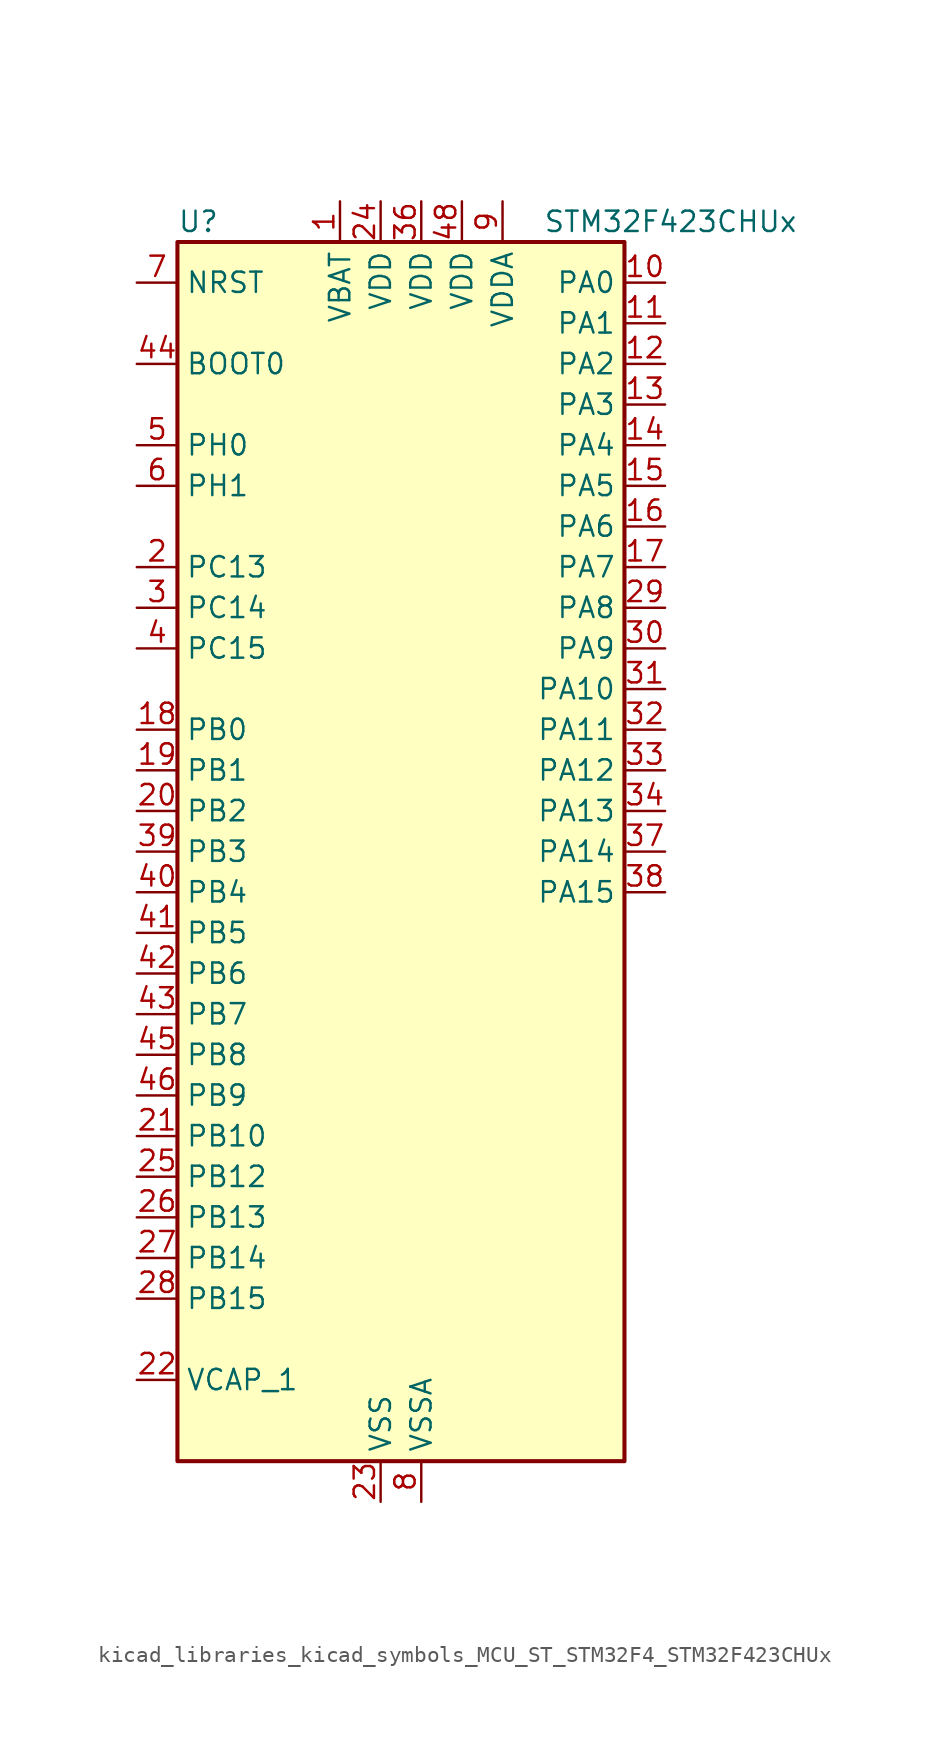
<source format=kicad_sym>
(kicad_symbol_lib
  (version 20220914)
  (generator kicad_symbol_editor)
  (symbol "kicad_libraries_kicad_symbols_MCU_ST_STM32F4_STM32F423CHUx"
    (property "Reference" "U"
      (at -12.7 39.37 0)
      (effects (font (size 1.27 1.27)) (justify left)))
    (property "Value" "STM32F423CHUx"
      (at 10.16 39.37 0)
      (effects (font (size 1.27 1.27)) (justify left)))
    (property "ki_locked" ""
      (at 0 0 0)
      (effects (font (size 1.27 1.27))))
    (symbol "kicad_libraries_kicad_symbols_MCU_ST_STM32F4_STM32F423CHUx_0_1"
      (rectangle (start -12.7 -38.1) (end 15.24 38.1) (stroke (width 0.254) (type default)) (fill (type background))))
    (symbol "kicad_libraries_kicad_symbols_MCU_ST_STM32F4_STM32F423CHUx_1_1"
      (pin power_in line (at -2.54 40.64 270) (length 2.54) (name "VBAT" (effects (font (size 1.27 1.27)))) (number "1" (effects (font (size 1.27 1.27)))))
      (pin bidirectional line (at 17.78 35.56 180) (length 2.54) (name "PA0" (effects (font (size 1.27 1.27)))) (number "10" (effects (font (size 1.27 1.27)))) (alternate "ADC1_IN0" bidirectional line) (alternate "SYS_WKUP1" bidirectional line) (alternate "TIM2_CH1" bidirectional line) (alternate "TIM2_ETR" bidirectional line) (alternate "TIM5_CH1" bidirectional line) (alternate "TIM8_ETR" bidirectional line) (alternate "UART4_TX" bidirectional line) (alternate "USART2_CTS" bidirectional line))
      (pin bidirectional line (at 17.78 33.02 180) (length 2.54) (name "PA1" (effects (font (size 1.27 1.27)))) (number "11" (effects (font (size 1.27 1.27)))) (alternate "ADC1_IN1" bidirectional line) (alternate "I2S4_SD" bidirectional line) (alternate "SPI4_MOSI" bidirectional line) (alternate "TIM2_CH2" bidirectional line) (alternate "TIM5_CH2" bidirectional line) (alternate "UART4_RX" bidirectional line) (alternate "USART2_RTS" bidirectional line))
      (pin bidirectional line (at 17.78 30.48 180) (length 2.54) (name "PA2" (effects (font (size 1.27 1.27)))) (number "12" (effects (font (size 1.27 1.27)))) (alternate "ADC1_IN2" bidirectional line) (alternate "I2S_CKIN" bidirectional line) (alternate "TIM2_CH3" bidirectional line) (alternate "TIM5_CH3" bidirectional line) (alternate "TIM9_CH1" bidirectional line) (alternate "USART2_TX" bidirectional line))
      (pin bidirectional line (at 17.78 27.94 180) (length 2.54) (name "PA3" (effects (font (size 1.27 1.27)))) (number "13" (effects (font (size 1.27 1.27)))) (alternate "ADC1_IN3" bidirectional line) (alternate "I2S2_MCK" bidirectional line) (alternate "SAI1_SD_B" bidirectional line) (alternate "TIM2_CH4" bidirectional line) (alternate "TIM5_CH4" bidirectional line) (alternate "TIM9_CH2" bidirectional line) (alternate "USART2_RX" bidirectional line))
      (pin bidirectional line (at 17.78 25.4 180) (length 2.54) (name "PA4" (effects (font (size 1.27 1.27)))) (number "14" (effects (font (size 1.27 1.27)))) (alternate "ADC1_IN4" bidirectional line) (alternate "DAC_OUT1" bidirectional line) (alternate "DFSDM1_DATIN1" bidirectional line) (alternate "I2S1_WS" bidirectional line) (alternate "I2S3_WS" bidirectional line) (alternate "SPI1_NSS" bidirectional line) (alternate "SPI3_NSS" bidirectional line) (alternate "USART2_CK" bidirectional line))
      (pin bidirectional line (at 17.78 22.86 180) (length 2.54) (name "PA5" (effects (font (size 1.27 1.27)))) (number "15" (effects (font (size 1.27 1.27)))) (alternate "ADC1_IN5" bidirectional line) (alternate "DAC_OUT2" bidirectional line) (alternate "DFSDM1_CKIN1" bidirectional line) (alternate "I2S1_CK" bidirectional line) (alternate "SPI1_SCK" bidirectional line) (alternate "TIM2_CH1" bidirectional line) (alternate "TIM2_ETR" bidirectional line) (alternate "TIM8_CH1N" bidirectional line))
      (pin bidirectional line (at 17.78 20.32 180) (length 2.54) (name "PA6" (effects (font (size 1.27 1.27)))) (number "16" (effects (font (size 1.27 1.27)))) (alternate "ADC1_IN6" bidirectional line) (alternate "DFSDM2_CKIN1" bidirectional line) (alternate "I2S2_MCK" bidirectional line) (alternate "SDIO_CMD" bidirectional line) (alternate "SPI1_MISO" bidirectional line) (alternate "TIM13_CH1" bidirectional line) (alternate "TIM1_BKIN" bidirectional line) (alternate "TIM3_CH1" bidirectional line) (alternate "TIM8_BKIN" bidirectional line))
      (pin bidirectional line (at 17.78 17.78 180) (length 2.54) (name "PA7" (effects (font (size 1.27 1.27)))) (number "17" (effects (font (size 1.27 1.27)))) (alternate "ADC1_IN7" bidirectional line) (alternate "DFSDM2_DATIN1" bidirectional line) (alternate "I2S1_SD" bidirectional line) (alternate "SPI1_MOSI" bidirectional line) (alternate "TIM14_CH1" bidirectional line) (alternate "TIM1_CH1N" bidirectional line) (alternate "TIM3_CH2" bidirectional line) (alternate "TIM8_CH1N" bidirectional line))
      (pin bidirectional line (at -15.24 7.62 0) (length 2.54) (name "PB0" (effects (font (size 1.27 1.27)))) (number "18" (effects (font (size 1.27 1.27)))) (alternate "ADC1_IN8" bidirectional line) (alternate "I2S5_CK" bidirectional line) (alternate "SPI5_SCK" bidirectional line) (alternate "TIM1_CH2N" bidirectional line) (alternate "TIM3_CH3" bidirectional line) (alternate "TIM8_CH2N" bidirectional line))
      (pin bidirectional line (at -15.24 5.08 0) (length 2.54) (name "PB1" (effects (font (size 1.27 1.27)))) (number "19" (effects (font (size 1.27 1.27)))) (alternate "ADC1_IN9" bidirectional line) (alternate "DFSDM1_DATIN0" bidirectional line) (alternate "I2S5_WS" bidirectional line) (alternate "SPI5_NSS" bidirectional line) (alternate "TIM1_CH3N" bidirectional line) (alternate "TIM3_CH4" bidirectional line) (alternate "TIM8_CH3N" bidirectional line))
      (pin bidirectional line (at -15.24 17.78 0) (length 2.54) (name "PC13" (effects (font (size 1.27 1.27)))) (number "2" (effects (font (size 1.27 1.27)))) (alternate "RTC_AF1" bidirectional line))
      (pin bidirectional line (at -15.24 2.54 0) (length 2.54) (name "PB2" (effects (font (size 1.27 1.27)))) (number "20" (effects (font (size 1.27 1.27)))) (alternate "DFSDM1_CKIN0" bidirectional line) (alternate "LPTIM1_OUT" bidirectional line))
      (pin bidirectional line (at -15.24 -17.78 0) (length 2.54) (name "PB10" (effects (font (size 1.27 1.27)))) (number "21" (effects (font (size 1.27 1.27)))) (alternate "DFSDM2_CKOUT" bidirectional line) (alternate "FMPI2C1_SCL" bidirectional line) (alternate "I2C2_SCL" bidirectional line) (alternate "I2S2_CK" bidirectional line) (alternate "I2S3_MCK" bidirectional line) (alternate "SDIO_D7" bidirectional line) (alternate "SPI2_SCK" bidirectional line) (alternate "TIM2_CH3" bidirectional line))
      (pin power_out line (at -15.24 -33.02 0) (length 2.54) (name "VCAP_1" (effects (font (size 1.27 1.27)))) (number "22" (effects (font (size 1.27 1.27)))))
      (pin power_in line (at 0 -40.64 90) (length 2.54) (name "VSS" (effects (font (size 1.27 1.27)))) (number "23" (effects (font (size 1.27 1.27)))))
      (pin power_in line (at 0 40.64 270) (length 2.54) (name "VDD" (effects (font (size 1.27 1.27)))) (number "24" (effects (font (size 1.27 1.27)))))
      (pin bidirectional line (at -15.24 -20.32 0) (length 2.54) (name "PB12" (effects (font (size 1.27 1.27)))) (number "25" (effects (font (size 1.27 1.27)))) (alternate "CAN2_RX" bidirectional line) (alternate "DFSDM1_DATIN1" bidirectional line) (alternate "I2C2_SMBA" bidirectional line) (alternate "I2S2_WS" bidirectional line) (alternate "I2S3_CK" bidirectional line) (alternate "I2S4_WS" bidirectional line) (alternate "SPI2_NSS" bidirectional line) (alternate "SPI3_SCK" bidirectional line) (alternate "SPI4_NSS" bidirectional line) (alternate "TIM1_BKIN" bidirectional line) (alternate "UART5_RX" bidirectional line))
      (pin bidirectional line (at -15.24 -22.86 0) (length 2.54) (name "PB13" (effects (font (size 1.27 1.27)))) (number "26" (effects (font (size 1.27 1.27)))) (alternate "CAN2_TX" bidirectional line) (alternate "DFSDM1_CKIN1" bidirectional line) (alternate "FMPI2C1_SMBA" bidirectional line) (alternate "I2S2_CK" bidirectional line) (alternate "I2S4_CK" bidirectional line) (alternate "SPI2_SCK" bidirectional line) (alternate "SPI4_SCK" bidirectional line) (alternate "TIM1_CH1N" bidirectional line) (alternate "UART5_TX" bidirectional line))
      (pin bidirectional line (at -15.24 -25.4 0) (length 2.54) (name "PB14" (effects (font (size 1.27 1.27)))) (number "27" (effects (font (size 1.27 1.27)))) (alternate "DFSDM1_DATIN2" bidirectional line) (alternate "FMPI2C1_SDA" bidirectional line) (alternate "I2S2_ext_SD" bidirectional line) (alternate "SDIO_D6" bidirectional line) (alternate "SPI2_MISO" bidirectional line) (alternate "TIM12_CH1" bidirectional line) (alternate "TIM1_CH2N" bidirectional line) (alternate "TIM8_CH2N" bidirectional line))
      (pin bidirectional line (at -15.24 -27.94 0) (length 2.54) (name "PB15" (effects (font (size 1.27 1.27)))) (number "28" (effects (font (size 1.27 1.27)))) (alternate "ADC1_EXTI15" bidirectional line) (alternate "DFSDM1_CKIN2" bidirectional line) (alternate "FMPI2C1_SCL" bidirectional line) (alternate "I2S2_SD" bidirectional line) (alternate "RTC_REFIN" bidirectional line) (alternate "SDIO_CK" bidirectional line) (alternate "SPI2_MOSI" bidirectional line) (alternate "TIM12_CH2" bidirectional line) (alternate "TIM1_CH3N" bidirectional line) (alternate "TIM8_CH3N" bidirectional line))
      (pin bidirectional line (at 17.78 15.24 180) (length 2.54) (name "PA8" (effects (font (size 1.27 1.27)))) (number "29" (effects (font (size 1.27 1.27)))) (alternate "CAN3_RX" bidirectional line) (alternate "DFSDM1_CKOUT" bidirectional line) (alternate "I2C3_SCL" bidirectional line) (alternate "RCC_MCO_1" bidirectional line) (alternate "SDIO_D1" bidirectional line) (alternate "TIM1_CH1" bidirectional line) (alternate "UART7_RX" bidirectional line) (alternate "USART1_CK" bidirectional line) (alternate "USB_OTG_FS_SOF" bidirectional line))
      (pin bidirectional line (at -15.24 15.24 0) (length 2.54) (name "PC14" (effects (font (size 1.27 1.27)))) (number "3" (effects (font (size 1.27 1.27)))) (alternate "RCC_OSC32_IN" bidirectional line))
      (pin bidirectional line (at 17.78 12.7 180) (length 2.54) (name "PA9" (effects (font (size 1.27 1.27)))) (number "30" (effects (font (size 1.27 1.27)))) (alternate "DAC_EXTI9" bidirectional line) (alternate "DFSDM2_CKIN3" bidirectional line) (alternate "I2C3_SMBA" bidirectional line) (alternate "I2S2_CK" bidirectional line) (alternate "SDIO_D2" bidirectional line) (alternate "SPI2_SCK" bidirectional line) (alternate "TIM1_CH2" bidirectional line) (alternate "USART1_TX" bidirectional line) (alternate "USB_OTG_FS_VBUS" bidirectional line))
      (pin bidirectional line (at 17.78 10.16 180) (length 2.54) (name "PA10" (effects (font (size 1.27 1.27)))) (number "31" (effects (font (size 1.27 1.27)))) (alternate "DFSDM2_DATIN3" bidirectional line) (alternate "I2S2_SD" bidirectional line) (alternate "I2S5_SD" bidirectional line) (alternate "SPI2_MOSI" bidirectional line) (alternate "SPI5_MOSI" bidirectional line) (alternate "TIM1_CH3" bidirectional line) (alternate "USART1_RX" bidirectional line) (alternate "USB_OTG_FS_ID" bidirectional line))
      (pin bidirectional line (at 17.78 7.62 180) (length 2.54) (name "PA11" (effects (font (size 1.27 1.27)))) (number "32" (effects (font (size 1.27 1.27)))) (alternate "ADC1_EXTI11" bidirectional line) (alternate "CAN1_RX" bidirectional line) (alternate "DFSDM2_CKIN5" bidirectional line) (alternate "I2S2_WS" bidirectional line) (alternate "SPI2_NSS" bidirectional line) (alternate "SPI4_MISO" bidirectional line) (alternate "TIM1_CH4" bidirectional line) (alternate "UART4_RX" bidirectional line) (alternate "USART1_CTS" bidirectional line) (alternate "USART6_TX" bidirectional line) (alternate "USB_OTG_FS_DM" bidirectional line))
      (pin bidirectional line (at 17.78 5.08 180) (length 2.54) (name "PA12" (effects (font (size 1.27 1.27)))) (number "33" (effects (font (size 1.27 1.27)))) (alternate "CAN1_TX" bidirectional line) (alternate "DFSDM2_DATIN5" bidirectional line) (alternate "SPI2_MISO" bidirectional line) (alternate "SPI5_MISO" bidirectional line) (alternate "TIM1_ETR" bidirectional line) (alternate "UART4_TX" bidirectional line) (alternate "USART1_RTS" bidirectional line) (alternate "USART6_RX" bidirectional line) (alternate "USB_OTG_FS_DP" bidirectional line))
      (pin bidirectional line (at 17.78 2.54 180) (length 2.54) (name "PA13" (effects (font (size 1.27 1.27)))) (number "34" (effects (font (size 1.27 1.27)))) (alternate "SYS_JTMS-SWDIO" bidirectional line))
      (pin passive line (at 0 -40.64 90) (length 2.54) hide (name "VSS" (effects (font (size 1.27 1.27)))) (number "35" (effects (font (size 1.27 1.27)))))
      (pin power_in line (at 2.54 40.64 270) (length 2.54) (name "VDD" (effects (font (size 1.27 1.27)))) (number "36" (effects (font (size 1.27 1.27)))))
      (pin bidirectional line (at 17.78 0 180) (length 2.54) (name "PA14" (effects (font (size 1.27 1.27)))) (number "37" (effects (font (size 1.27 1.27)))) (alternate "SYS_JTCK-SWCLK" bidirectional line))
      (pin bidirectional line (at 17.78 -2.54 180) (length 2.54) (name "PA15" (effects (font (size 1.27 1.27)))) (number "38" (effects (font (size 1.27 1.27)))) (alternate "ADC1_EXTI15" bidirectional line) (alternate "CAN3_TX" bidirectional line) (alternate "I2S1_WS" bidirectional line) (alternate "I2S3_WS" bidirectional line) (alternate "SAI1_MCLK_A" bidirectional line) (alternate "SPI1_NSS" bidirectional line) (alternate "SPI3_NSS" bidirectional line) (alternate "SYS_JTDI" bidirectional line) (alternate "TIM2_CH1" bidirectional line) (alternate "TIM2_ETR" bidirectional line) (alternate "UART7_TX" bidirectional line) (alternate "USART1_TX" bidirectional line))
      (pin bidirectional line (at -15.24 0 0) (length 2.54) (name "PB3" (effects (font (size 1.27 1.27)))) (number "39" (effects (font (size 1.27 1.27)))) (alternate "CAN3_RX" bidirectional line) (alternate "FMPI2C1_SDA" bidirectional line) (alternate "I2C2_SDA" bidirectional line) (alternate "I2S1_CK" bidirectional line) (alternate "I2S3_CK" bidirectional line) (alternate "SAI1_SD_A" bidirectional line) (alternate "SPI1_SCK" bidirectional line) (alternate "SPI3_SCK" bidirectional line) (alternate "SYS_JTDO-SWO" bidirectional line) (alternate "TIM2_CH2" bidirectional line) (alternate "UART7_RX" bidirectional line) (alternate "USART1_RX" bidirectional line))
      (pin bidirectional line (at -15.24 12.7 0) (length 2.54) (name "PC15" (effects (font (size 1.27 1.27)))) (number "4" (effects (font (size 1.27 1.27)))) (alternate "ADC1_EXTI15" bidirectional line) (alternate "RCC_OSC32_OUT" bidirectional line))
      (pin bidirectional line (at -15.24 -2.54 0) (length 2.54) (name "PB4" (effects (font (size 1.27 1.27)))) (number "40" (effects (font (size 1.27 1.27)))) (alternate "CAN3_TX" bidirectional line) (alternate "I2C3_SDA" bidirectional line) (alternate "I2S3_ext_SD" bidirectional line) (alternate "SAI1_SCK_A" bidirectional line) (alternate "SDIO_D0" bidirectional line) (alternate "SPI1_MISO" bidirectional line) (alternate "SPI3_MISO" bidirectional line) (alternate "SYS_JTRST" bidirectional line) (alternate "TIM3_CH1" bidirectional line) (alternate "UART7_TX" bidirectional line))
      (pin bidirectional line (at -15.24 -5.08 0) (length 2.54) (name "PB5" (effects (font (size 1.27 1.27)))) (number "41" (effects (font (size 1.27 1.27)))) (alternate "CAN2_RX" bidirectional line) (alternate "I2C1_SMBA" bidirectional line) (alternate "I2S1_SD" bidirectional line) (alternate "I2S3_SD" bidirectional line) (alternate "LPTIM1_IN1" bidirectional line) (alternate "SAI1_FS_A" bidirectional line) (alternate "SDIO_D3" bidirectional line) (alternate "SPI1_MOSI" bidirectional line) (alternate "SPI3_MOSI" bidirectional line) (alternate "TIM3_CH2" bidirectional line) (alternate "UART5_RX" bidirectional line))
      (pin bidirectional line (at -15.24 -7.62 0) (length 2.54) (name "PB6" (effects (font (size 1.27 1.27)))) (number "42" (effects (font (size 1.27 1.27)))) (alternate "CAN2_TX" bidirectional line) (alternate "DFSDM2_CKIN7" bidirectional line) (alternate "I2C1_SCL" bidirectional line) (alternate "LPTIM1_ETR" bidirectional line) (alternate "SDIO_D0" bidirectional line) (alternate "TIM4_CH1" bidirectional line) (alternate "UART5_TX" bidirectional line) (alternate "USART1_TX" bidirectional line))
      (pin bidirectional line (at -15.24 -10.16 0) (length 2.54) (name "PB7" (effects (font (size 1.27 1.27)))) (number "43" (effects (font (size 1.27 1.27)))) (alternate "DFSDM2_DATIN7" bidirectional line) (alternate "I2C1_SDA" bidirectional line) (alternate "LPTIM1_IN2" bidirectional line) (alternate "TIM4_CH2" bidirectional line) (alternate "USART1_RX" bidirectional line))
      (pin input line (at -15.24 30.48 0) (length 2.54) (name "BOOT0" (effects (font (size 1.27 1.27)))) (number "44" (effects (font (size 1.27 1.27)))))
      (pin bidirectional line (at -15.24 -12.7 0) (length 2.54) (name "PB8" (effects (font (size 1.27 1.27)))) (number "45" (effects (font (size 1.27 1.27)))) (alternate "CAN1_RX" bidirectional line) (alternate "DFSDM2_CKIN1" bidirectional line) (alternate "I2C1_SCL" bidirectional line) (alternate "I2C3_SDA" bidirectional line) (alternate "I2S5_SD" bidirectional line) (alternate "LPTIM1_OUT" bidirectional line) (alternate "SDIO_D4" bidirectional line) (alternate "SPI5_MOSI" bidirectional line) (alternate "TIM10_CH1" bidirectional line) (alternate "TIM4_CH3" bidirectional line) (alternate "UART5_RX" bidirectional line))
      (pin bidirectional line (at -15.24 -15.24 0) (length 2.54) (name "PB9" (effects (font (size 1.27 1.27)))) (number "46" (effects (font (size 1.27 1.27)))) (alternate "CAN1_TX" bidirectional line) (alternate "DAC_EXTI9" bidirectional line) (alternate "DFSDM2_DATIN1" bidirectional line) (alternate "I2C1_SDA" bidirectional line) (alternate "I2C2_SDA" bidirectional line) (alternate "I2S2_WS" bidirectional line) (alternate "SDIO_D5" bidirectional line) (alternate "SPI2_NSS" bidirectional line) (alternate "TIM11_CH1" bidirectional line) (alternate "TIM4_CH4" bidirectional line) (alternate "UART5_TX" bidirectional line))
      (pin passive line (at 0 -40.64 90) (length 2.54) hide (name "VSS" (effects (font (size 1.27 1.27)))) (number "47" (effects (font (size 1.27 1.27)))))
      (pin power_in line (at 5.08 40.64 270) (length 2.54) (name "VDD" (effects (font (size 1.27 1.27)))) (number "48" (effects (font (size 1.27 1.27)))))
      (pin passive line (at 0 -40.64 90) (length 2.54) hide (name "VSS" (effects (font (size 1.27 1.27)))) (number "49" (effects (font (size 1.27 1.27)))))
      (pin bidirectional line (at -15.24 25.4 0) (length 2.54) (name "PH0" (effects (font (size 1.27 1.27)))) (number "5" (effects (font (size 1.27 1.27)))) (alternate "RCC_OSC_IN" bidirectional line))
      (pin bidirectional line (at -15.24 22.86 0) (length 2.54) (name "PH1" (effects (font (size 1.27 1.27)))) (number "6" (effects (font (size 1.27 1.27)))) (alternate "RCC_OSC_OUT" bidirectional line))
      (pin input line (at -15.24 35.56 0) (length 2.54) (name "NRST" (effects (font (size 1.27 1.27)))) (number "7" (effects (font (size 1.27 1.27)))))
      (pin power_in line (at 2.54 -40.64 90) (length 2.54) (name "VSSA" (effects (font (size 1.27 1.27)))) (number "8" (effects (font (size 1.27 1.27)))))
      (pin power_in line (at 7.62 40.64 270) (length 2.54) (name "VDDA" (effects (font (size 1.27 1.27)))) (number "9" (effects (font (size 1.27 1.27))))))))
</source>
